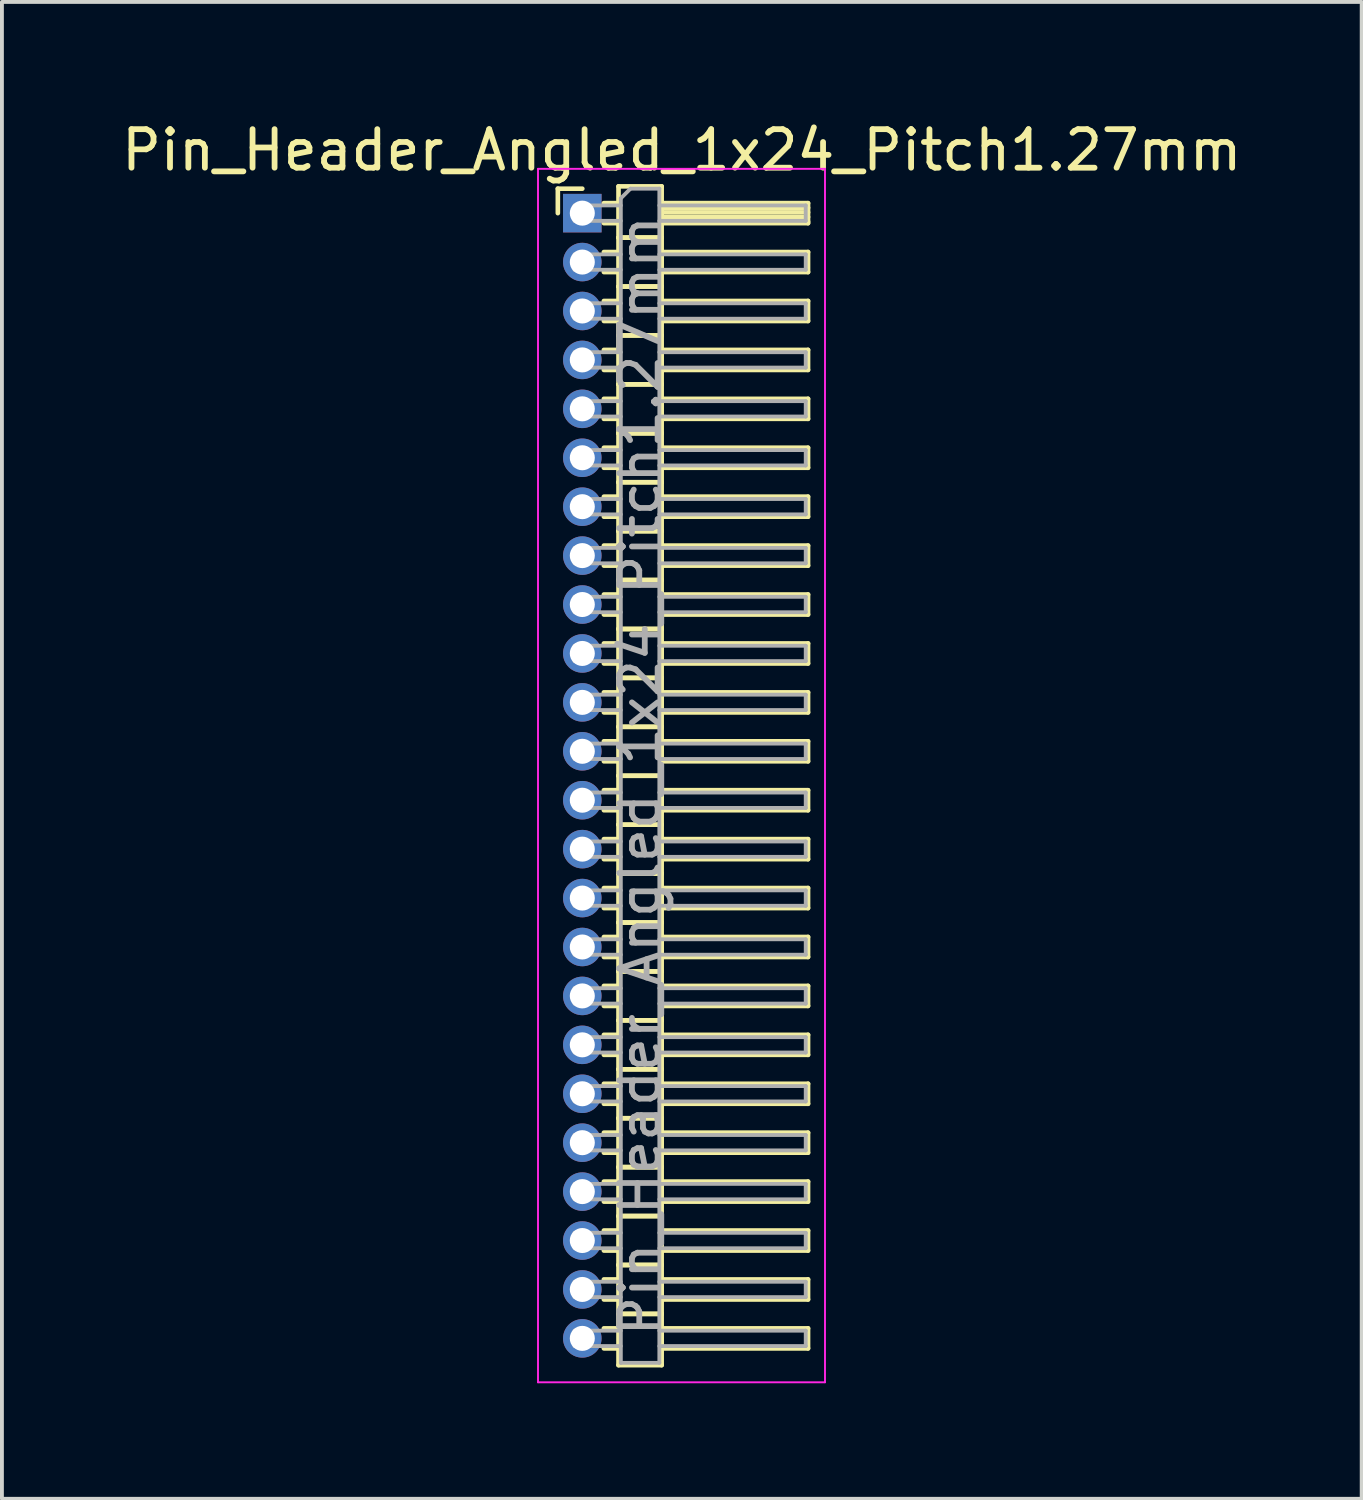
<source format=kicad_pcb>
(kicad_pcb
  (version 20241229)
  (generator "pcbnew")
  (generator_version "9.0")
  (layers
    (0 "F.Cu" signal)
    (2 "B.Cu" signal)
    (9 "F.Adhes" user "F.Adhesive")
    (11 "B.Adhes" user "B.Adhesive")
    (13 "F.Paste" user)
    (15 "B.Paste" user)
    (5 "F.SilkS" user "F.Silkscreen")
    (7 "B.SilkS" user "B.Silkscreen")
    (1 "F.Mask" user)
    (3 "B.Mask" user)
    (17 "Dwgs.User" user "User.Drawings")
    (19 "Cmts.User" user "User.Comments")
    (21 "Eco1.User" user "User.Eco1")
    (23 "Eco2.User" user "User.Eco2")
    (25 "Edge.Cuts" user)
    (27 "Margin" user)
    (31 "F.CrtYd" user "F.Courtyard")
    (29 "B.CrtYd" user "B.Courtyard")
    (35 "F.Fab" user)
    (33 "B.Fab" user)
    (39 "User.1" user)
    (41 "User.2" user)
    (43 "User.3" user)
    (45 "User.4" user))
  (footprint "Pin_Header_Angled_1x24_Pitch1.27mm"
    (layer "F.Cu")
    (at 12.066 2.483)
    (property "Reference" "Pin_Header_Angled_1x24_Pitch1.27mm" (at 2.583 -1.635 0) (layer "F.SilkS") (effects (font (size 1 1) (thickness 0.15))))
    (attr through_hole)
    (fp_line (start -0.635 -0.635) (end 0 -0.635) (stroke (width 0.12) (type solid)) (layer "F.SilkS"))
    (fp_line (start -0.635 0) (end -0.635 -0.635) (stroke (width 0.12) (type solid)) (layer "F.SilkS"))
    (fp_line (start 0.56 -0.26) (end 0.94 -0.26) (stroke (width 0.12) (type solid)) (layer "F.SilkS"))
    (fp_line (start 0.56 0.26) (end 0.94 0.26) (stroke (width 0.12) (type solid)) (layer "F.SilkS"))
    (fp_line (start 0.56 1.01) (end 0.94 1.01) (stroke (width 0.12) (type solid)) (layer "F.SilkS"))
    (fp_line (start 0.56 1.53) (end 0.94 1.53) (stroke (width 0.12) (type solid)) (layer "F.SilkS"))
    (fp_line (start 0.56 2.28) (end 0.94 2.28) (stroke (width 0.12) (type solid)) (layer "F.SilkS"))
    (fp_line (start 0.56 2.8) (end 0.94 2.8) (stroke (width 0.12) (type solid)) (layer "F.SilkS"))
    (fp_line (start 0.56 3.55) (end 0.94 3.55) (stroke (width 0.12) (type solid)) (layer "F.SilkS"))
    (fp_line (start 0.56 4.07) (end 0.94 4.07) (stroke (width 0.12) (type solid)) (layer "F.SilkS"))
    (fp_line (start 0.56 4.82) (end 0.94 4.82) (stroke (width 0.12) (type solid)) (layer "F.SilkS"))
    (fp_line (start 0.56 5.34) (end 0.94 5.34) (stroke (width 0.12) (type solid)) (layer "F.SilkS"))
    (fp_line (start 0.56 6.09) (end 0.94 6.09) (stroke (width 0.12) (type solid)) (layer "F.SilkS"))
    (fp_line (start 0.56 6.61) (end 0.94 6.61) (stroke (width 0.12) (type solid)) (layer "F.SilkS"))
    (fp_line (start 0.56 7.36) (end 0.94 7.36) (stroke (width 0.12) (type solid)) (layer "F.SilkS"))
    (fp_line (start 0.56 7.88) (end 0.94 7.88) (stroke (width 0.12) (type solid)) (layer "F.SilkS"))
    (fp_line (start 0.56 8.63) (end 0.94 8.63) (stroke (width 0.12) (type solid)) (layer "F.SilkS"))
    (fp_line (start 0.56 9.15) (end 0.94 9.15) (stroke (width 0.12) (type solid)) (layer "F.SilkS"))
    (fp_line (start 0.56 9.9) (end 0.94 9.9) (stroke (width 0.12) (type solid)) (layer "F.SilkS"))
    (fp_line (start 0.56 10.42) (end 0.94 10.42) (stroke (width 0.12) (type solid)) (layer "F.SilkS"))
    (fp_line (start 0.56 11.17) (end 0.94 11.17) (stroke (width 0.12) (type solid)) (layer "F.SilkS"))
    (fp_line (start 0.56 11.69) (end 0.94 11.69) (stroke (width 0.12) (type solid)) (layer "F.SilkS"))
    (fp_line (start 0.56 12.44) (end 0.94 12.44) (stroke (width 0.12) (type solid)) (layer "F.SilkS"))
    (fp_line (start 0.56 12.96) (end 0.94 12.96) (stroke (width 0.12) (type solid)) (layer "F.SilkS"))
    (fp_line (start 0.56 13.71) (end 0.94 13.71) (stroke (width 0.12) (type solid)) (layer "F.SilkS"))
    (fp_line (start 0.56 14.23) (end 0.94 14.23) (stroke (width 0.12) (type solid)) (layer "F.SilkS"))
    (fp_line (start 0.56 14.98) (end 0.94 14.98) (stroke (width 0.12) (type solid)) (layer "F.SilkS"))
    (fp_line (start 0.56 15.5) (end 0.94 15.5) (stroke (width 0.12) (type solid)) (layer "F.SilkS"))
    (fp_line (start 0.56 16.25) (end 0.94 16.25) (stroke (width 0.12) (type solid)) (layer "F.SilkS"))
    (fp_line (start 0.56 16.77) (end 0.94 16.77) (stroke (width 0.12) (type solid)) (layer "F.SilkS"))
    (fp_line (start 0.56 17.52) (end 0.94 17.52) (stroke (width 0.12) (type solid)) (layer "F.SilkS"))
    (fp_line (start 0.56 18.04) (end 0.94 18.04) (stroke (width 0.12) (type solid)) (layer "F.SilkS"))
    (fp_line (start 0.56 18.79) (end 0.94 18.79) (stroke (width 0.12) (type solid)) (layer "F.SilkS"))
    (fp_line (start 0.56 19.31) (end 0.94 19.31) (stroke (width 0.12) (type solid)) (layer "F.SilkS"))
    (fp_line (start 0.56 20.06) (end 0.94 20.06) (stroke (width 0.12) (type solid)) (layer "F.SilkS"))
    (fp_line (start 0.56 20.58) (end 0.94 20.58) (stroke (width 0.12) (type solid)) (layer "F.SilkS"))
    (fp_line (start 0.56 21.33) (end 0.94 21.33) (stroke (width 0.12) (type solid)) (layer "F.SilkS"))
    (fp_line (start 0.56 21.85) (end 0.94 21.85) (stroke (width 0.12) (type solid)) (layer "F.SilkS"))
    (fp_line (start 0.56 22.6) (end 0.94 22.6) (stroke (width 0.12) (type solid)) (layer "F.SilkS"))
    (fp_line (start 0.56 23.12) (end 0.94 23.12) (stroke (width 0.12) (type solid)) (layer "F.SilkS"))
    (fp_line (start 0.56 23.87) (end 0.94 23.87) (stroke (width 0.12) (type solid)) (layer "F.SilkS"))
    (fp_line (start 0.56 24.39) (end 0.94 24.39) (stroke (width 0.12) (type solid)) (layer "F.SilkS"))
    (fp_line (start 0.56 25.14) (end 0.94 25.14) (stroke (width 0.12) (type solid)) (layer "F.SilkS"))
    (fp_line (start 0.56 25.66) (end 0.94 25.66) (stroke (width 0.12) (type solid)) (layer "F.SilkS"))
    (fp_line (start 0.56 26.41) (end 0.94 26.41) (stroke (width 0.12) (type solid)) (layer "F.SilkS"))
    (fp_line (start 0.56 26.93) (end 0.94 26.93) (stroke (width 0.12) (type solid)) (layer "F.SilkS"))
    (fp_line (start 0.56 27.68) (end 0.94 27.68) (stroke (width 0.12) (type solid)) (layer "F.SilkS"))
    (fp_line (start 0.56 28.2) (end 0.94 28.2) (stroke (width 0.12) (type solid)) (layer "F.SilkS"))
    (fp_line (start 0.56 28.95) (end 0.94 28.95) (stroke (width 0.12) (type solid)) (layer "F.SilkS"))
    (fp_line (start 0.56 29.47) (end 0.94 29.47) (stroke (width 0.12) (type solid)) (layer "F.SilkS"))
    (fp_line (start 0.94 -0.695) (end 0.94 0.635) (stroke (width 0.12) (type solid)) (layer "F.SilkS"))
    (fp_line (start 0.94 0.635) (end 0.94 1.905) (stroke (width 0.12) (type solid)) (layer "F.SilkS"))
    (fp_line (start 0.94 0.635) (end 2.06 0.635) (stroke (width 0.12) (type solid)) (layer "F.SilkS"))
    (fp_line (start 0.94 1.905) (end 0.94 3.175) (stroke (width 0.12) (type solid)) (layer "F.SilkS"))
    (fp_line (start 0.94 1.905) (end 2.06 1.905) (stroke (width 0.12) (type solid)) (layer "F.SilkS"))
    (fp_line (start 0.94 3.175) (end 0.94 4.445) (stroke (width 0.12) (type solid)) (layer "F.SilkS"))
    (fp_line (start 0.94 3.175) (end 2.06 3.175) (stroke (width 0.12) (type solid)) (layer "F.SilkS"))
    (fp_line (start 0.94 4.445) (end 0.94 5.715) (stroke (width 0.12) (type solid)) (layer "F.SilkS"))
    (fp_line (start 0.94 4.445) (end 2.06 4.445) (stroke (width 0.12) (type solid)) (layer "F.SilkS"))
    (fp_line (start 0.94 5.715) (end 0.94 6.985) (stroke (width 0.12) (type solid)) (layer "F.SilkS"))
    (fp_line (start 0.94 5.715) (end 2.06 5.715) (stroke (width 0.12) (type solid)) (layer "F.SilkS"))
    (fp_line (start 0.94 6.985) (end 0.94 8.255) (stroke (width 0.12) (type solid)) (layer "F.SilkS"))
    (fp_line (start 0.94 6.985) (end 2.06 6.985) (stroke (width 0.12) (type solid)) (layer "F.SilkS"))
    (fp_line (start 0.94 8.255) (end 0.94 9.525) (stroke (width 0.12) (type solid)) (layer "F.SilkS"))
    (fp_line (start 0.94 8.255) (end 2.06 8.255) (stroke (width 0.12) (type solid)) (layer "F.SilkS"))
    (fp_line (start 0.94 9.525) (end 0.94 10.795) (stroke (width 0.12) (type solid)) (layer "F.SilkS"))
    (fp_line (start 0.94 9.525) (end 2.06 9.525) (stroke (width 0.12) (type solid)) (layer "F.SilkS"))
    (fp_line (start 0.94 10.795) (end 0.94 12.065) (stroke (width 0.12) (type solid)) (layer "F.SilkS"))
    (fp_line (start 0.94 10.795) (end 2.06 10.795) (stroke (width 0.12) (type solid)) (layer "F.SilkS"))
    (fp_line (start 0.94 12.065) (end 0.94 13.335) (stroke (width 0.12) (type solid)) (layer "F.SilkS"))
    (fp_line (start 0.94 12.065) (end 2.06 12.065) (stroke (width 0.12) (type solid)) (layer "F.SilkS"))
    (fp_line (start 0.94 13.335) (end 0.94 14.605) (stroke (width 0.12) (type solid)) (layer "F.SilkS"))
    (fp_line (start 0.94 13.335) (end 2.06 13.335) (stroke (width 0.12) (type solid)) (layer "F.SilkS"))
    (fp_line (start 0.94 14.605) (end 0.94 15.875) (stroke (width 0.12) (type solid)) (layer "F.SilkS"))
    (fp_line (start 0.94 14.605) (end 2.06 14.605) (stroke (width 0.12) (type solid)) (layer "F.SilkS"))
    (fp_line (start 0.94 15.875) (end 0.94 17.145) (stroke (width 0.12) (type solid)) (layer "F.SilkS"))
    (fp_line (start 0.94 15.875) (end 2.06 15.875) (stroke (width 0.12) (type solid)) (layer "F.SilkS"))
    (fp_line (start 0.94 17.145) (end 0.94 18.415) (stroke (width 0.12) (type solid)) (layer "F.SilkS"))
    (fp_line (start 0.94 17.145) (end 2.06 17.145) (stroke (width 0.12) (type solid)) (layer "F.SilkS"))
    (fp_line (start 0.94 18.415) (end 0.94 19.685) (stroke (width 0.12) (type solid)) (layer "F.SilkS"))
    (fp_line (start 0.94 18.415) (end 2.06 18.415) (stroke (width 0.12) (type solid)) (layer "F.SilkS"))
    (fp_line (start 0.94 19.685) (end 0.94 20.955) (stroke (width 0.12) (type solid)) (layer "F.SilkS"))
    (fp_line (start 0.94 19.685) (end 2.06 19.685) (stroke (width 0.12) (type solid)) (layer "F.SilkS"))
    (fp_line (start 0.94 20.955) (end 0.94 22.225) (stroke (width 0.12) (type solid)) (layer "F.SilkS"))
    (fp_line (start 0.94 20.955) (end 2.06 20.955) (stroke (width 0.12) (type solid)) (layer "F.SilkS"))
    (fp_line (start 0.94 22.225) (end 0.94 23.495) (stroke (width 0.12) (type solid)) (layer "F.SilkS"))
    (fp_line (start 0.94 22.225) (end 2.06 22.225) (stroke (width 0.12) (type solid)) (layer "F.SilkS"))
    (fp_line (start 0.94 23.495) (end 0.94 24.765) (stroke (width 0.12) (type solid)) (layer "F.SilkS"))
    (fp_line (start 0.94 23.495) (end 2.06 23.495) (stroke (width 0.12) (type solid)) (layer "F.SilkS"))
    (fp_line (start 0.94 24.765) (end 0.94 26.035) (stroke (width 0.12) (type solid)) (layer "F.SilkS"))
    (fp_line (start 0.94 24.765) (end 2.06 24.765) (stroke (width 0.12) (type solid)) (layer "F.SilkS"))
    (fp_line (start 0.94 26.035) (end 0.94 27.305) (stroke (width 0.12) (type solid)) (layer "F.SilkS"))
    (fp_line (start 0.94 26.035) (end 2.06 26.035) (stroke (width 0.12) (type solid)) (layer "F.SilkS"))
    (fp_line (start 0.94 27.305) (end 0.94 28.575) (stroke (width 0.12) (type solid)) (layer "F.SilkS"))
    (fp_line (start 0.94 27.305) (end 2.06 27.305) (stroke (width 0.12) (type solid)) (layer "F.SilkS"))
    (fp_line (start 0.94 28.575) (end 0.94 29.905) (stroke (width 0.12) (type solid)) (layer "F.SilkS"))
    (fp_line (start 0.94 28.575) (end 2.06 28.575) (stroke (width 0.12) (type solid)) (layer "F.SilkS"))
    (fp_line (start 0.94 29.905) (end 2.06 29.905) (stroke (width 0.12) (type solid)) (layer "F.SilkS"))
    (fp_line (start 2.06 -0.695) (end 0.94 -0.695) (stroke (width 0.12) (type solid)) (layer "F.SilkS"))
    (fp_line (start 2.06 -0.26) (end 2.06 0.26) (stroke (width 0.12) (type solid)) (layer "F.SilkS"))
    (fp_line (start 2.06 -0.14) (end 5.86 -0.14) (stroke (width 0.12) (type solid)) (layer "F.SilkS"))
    (fp_line (start 2.06 -0.02) (end 5.86 -0.02) (stroke (width 0.12) (type solid)) (layer "F.SilkS"))
    (fp_line (start 2.06 0.1) (end 5.86 0.1) (stroke (width 0.12) (type solid)) (layer "F.SilkS"))
    (fp_line (start 2.06 0.22) (end 5.86 0.22) (stroke (width 0.12) (type solid)) (layer "F.SilkS"))
    (fp_line (start 2.06 0.26) (end 5.86 0.26) (stroke (width 0.12) (type solid)) (layer "F.SilkS"))
    (fp_line (start 2.06 0.635) (end 0.94 0.635) (stroke (width 0.12) (type solid)) (layer "F.SilkS"))
    (fp_line (start 2.06 0.635) (end 2.06 -0.695) (stroke (width 0.12) (type solid)) (layer "F.SilkS"))
    (fp_line (start 2.06 1.01) (end 2.06 1.53) (stroke (width 0.12) (type solid)) (layer "F.SilkS"))
    (fp_line (start 2.06 1.53) (end 5.86 1.53) (stroke (width 0.12) (type solid)) (layer "F.SilkS"))
    (fp_line (start 2.06 1.905) (end 0.94 1.905) (stroke (width 0.12) (type solid)) (layer "F.SilkS"))
    (fp_line (start 2.06 1.905) (end 2.06 0.635) (stroke (width 0.12) (type solid)) (layer "F.SilkS"))
    (fp_line (start 2.06 2.28) (end 2.06 2.8) (stroke (width 0.12) (type solid)) (layer "F.SilkS"))
    (fp_line (start 2.06 2.8) (end 5.86 2.8) (stroke (width 0.12) (type solid)) (layer "F.SilkS"))
    (fp_line (start 2.06 3.175) (end 0.94 3.175) (stroke (width 0.12) (type solid)) (layer "F.SilkS"))
    (fp_line (start 2.06 3.175) (end 2.06 1.905) (stroke (width 0.12) (type solid)) (layer "F.SilkS"))
    (fp_line (start 2.06 3.55) (end 2.06 4.07) (stroke (width 0.12) (type solid)) (layer "F.SilkS"))
    (fp_line (start 2.06 4.07) (end 5.86 4.07) (stroke (width 0.12) (type solid)) (layer "F.SilkS"))
    (fp_line (start 2.06 4.445) (end 0.94 4.445) (stroke (width 0.12) (type solid)) (layer "F.SilkS"))
    (fp_line (start 2.06 4.445) (end 2.06 3.175) (stroke (width 0.12) (type solid)) (layer "F.SilkS"))
    (fp_line (start 2.06 4.82) (end 2.06 5.34) (stroke (width 0.12) (type solid)) (layer "F.SilkS"))
    (fp_line (start 2.06 5.34) (end 5.86 5.34) (stroke (width 0.12) (type solid)) (layer "F.SilkS"))
    (fp_line (start 2.06 5.715) (end 0.94 5.715) (stroke (width 0.12) (type solid)) (layer "F.SilkS"))
    (fp_line (start 2.06 5.715) (end 2.06 4.445) (stroke (width 0.12) (type solid)) (layer "F.SilkS"))
    (fp_line (start 2.06 6.09) (end 2.06 6.61) (stroke (width 0.12) (type solid)) (layer "F.SilkS"))
    (fp_line (start 2.06 6.61) (end 5.86 6.61) (stroke (width 0.12) (type solid)) (layer "F.SilkS"))
    (fp_line (start 2.06 6.985) (end 0.94 6.985) (stroke (width 0.12) (type solid)) (layer "F.SilkS"))
    (fp_line (start 2.06 6.985) (end 2.06 5.715) (stroke (width 0.12) (type solid)) (layer "F.SilkS"))
    (fp_line (start 2.06 7.36) (end 2.06 7.88) (stroke (width 0.12) (type solid)) (layer "F.SilkS"))
    (fp_line (start 2.06 7.88) (end 5.86 7.88) (stroke (width 0.12) (type solid)) (layer "F.SilkS"))
    (fp_line (start 2.06 8.255) (end 0.94 8.255) (stroke (width 0.12) (type solid)) (layer "F.SilkS"))
    (fp_line (start 2.06 8.255) (end 2.06 6.985) (stroke (width 0.12) (type solid)) (layer "F.SilkS"))
    (fp_line (start 2.06 8.63) (end 2.06 9.15) (stroke (width 0.12) (type solid)) (layer "F.SilkS"))
    (fp_line (start 2.06 9.15) (end 5.86 9.15) (stroke (width 0.12) (type solid)) (layer "F.SilkS"))
    (fp_line (start 2.06 9.525) (end 0.94 9.525) (stroke (width 0.12) (type solid)) (layer "F.SilkS"))
    (fp_line (start 2.06 9.525) (end 2.06 8.255) (stroke (width 0.12) (type solid)) (layer "F.SilkS"))
    (fp_line (start 2.06 9.9) (end 2.06 10.42) (stroke (width 0.12) (type solid)) (layer "F.SilkS"))
    (fp_line (start 2.06 10.42) (end 5.86 10.42) (stroke (width 0.12) (type solid)) (layer "F.SilkS"))
    (fp_line (start 2.06 10.795) (end 0.94 10.795) (stroke (width 0.12) (type solid)) (layer "F.SilkS"))
    (fp_line (start 2.06 10.795) (end 2.06 9.525) (stroke (width 0.12) (type solid)) (layer "F.SilkS"))
    (fp_line (start 2.06 11.17) (end 2.06 11.69) (stroke (width 0.12) (type solid)) (layer "F.SilkS"))
    (fp_line (start 2.06 11.69) (end 5.86 11.69) (stroke (width 0.12) (type solid)) (layer "F.SilkS"))
    (fp_line (start 2.06 12.065) (end 0.94 12.065) (stroke (width 0.12) (type solid)) (layer "F.SilkS"))
    (fp_line (start 2.06 12.065) (end 2.06 10.795) (stroke (width 0.12) (type solid)) (layer "F.SilkS"))
    (fp_line (start 2.06 12.44) (end 2.06 12.96) (stroke (width 0.12) (type solid)) (layer "F.SilkS"))
    (fp_line (start 2.06 12.96) (end 5.86 12.96) (stroke (width 0.12) (type solid)) (layer "F.SilkS"))
    (fp_line (start 2.06 13.335) (end 0.94 13.335) (stroke (width 0.12) (type solid)) (layer "F.SilkS"))
    (fp_line (start 2.06 13.335) (end 2.06 12.065) (stroke (width 0.12) (type solid)) (layer "F.SilkS"))
    (fp_line (start 2.06 13.71) (end 2.06 14.23) (stroke (width 0.12) (type solid)) (layer "F.SilkS"))
    (fp_line (start 2.06 14.23) (end 5.86 14.23) (stroke (width 0.12) (type solid)) (layer "F.SilkS"))
    (fp_line (start 2.06 14.605) (end 0.94 14.605) (stroke (width 0.12) (type solid)) (layer "F.SilkS"))
    (fp_line (start 2.06 14.605) (end 2.06 13.335) (stroke (width 0.12) (type solid)) (layer "F.SilkS"))
    (fp_line (start 2.06 14.98) (end 2.06 15.5) (stroke (width 0.12) (type solid)) (layer "F.SilkS"))
    (fp_line (start 2.06 15.5) (end 5.86 15.5) (stroke (width 0.12) (type solid)) (layer "F.SilkS"))
    (fp_line (start 2.06 15.875) (end 0.94 15.875) (stroke (width 0.12) (type solid)) (layer "F.SilkS"))
    (fp_line (start 2.06 15.875) (end 2.06 14.605) (stroke (width 0.12) (type solid)) (layer "F.SilkS"))
    (fp_line (start 2.06 16.25) (end 2.06 16.77) (stroke (width 0.12) (type solid)) (layer "F.SilkS"))
    (fp_line (start 2.06 16.77) (end 5.86 16.77) (stroke (width 0.12) (type solid)) (layer "F.SilkS"))
    (fp_line (start 2.06 17.145) (end 0.94 17.145) (stroke (width 0.12) (type solid)) (layer "F.SilkS"))
    (fp_line (start 2.06 17.145) (end 2.06 15.875) (stroke (width 0.12) (type solid)) (layer "F.SilkS"))
    (fp_line (start 2.06 17.52) (end 2.06 18.04) (stroke (width 0.12) (type solid)) (layer "F.SilkS"))
    (fp_line (start 2.06 18.04) (end 5.86 18.04) (stroke (width 0.12) (type solid)) (layer "F.SilkS"))
    (fp_line (start 2.06 18.415) (end 0.94 18.415) (stroke (width 0.12) (type solid)) (layer "F.SilkS"))
    (fp_line (start 2.06 18.415) (end 2.06 17.145) (stroke (width 0.12) (type solid)) (layer "F.SilkS"))
    (fp_line (start 2.06 18.79) (end 2.06 19.31) (stroke (width 0.12) (type solid)) (layer "F.SilkS"))
    (fp_line (start 2.06 19.31) (end 5.86 19.31) (stroke (width 0.12) (type solid)) (layer "F.SilkS"))
    (fp_line (start 2.06 19.685) (end 0.94 19.685) (stroke (width 0.12) (type solid)) (layer "F.SilkS"))
    (fp_line (start 2.06 19.685) (end 2.06 18.415) (stroke (width 0.12) (type solid)) (layer "F.SilkS"))
    (fp_line (start 2.06 20.06) (end 2.06 20.58) (stroke (width 0.12) (type solid)) (layer "F.SilkS"))
    (fp_line (start 2.06 20.58) (end 5.86 20.58) (stroke (width 0.12) (type solid)) (layer "F.SilkS"))
    (fp_line (start 2.06 20.955) (end 0.94 20.955) (stroke (width 0.12) (type solid)) (layer "F.SilkS"))
    (fp_line (start 2.06 20.955) (end 2.06 19.685) (stroke (width 0.12) (type solid)) (layer "F.SilkS"))
    (fp_line (start 2.06 21.33) (end 2.06 21.85) (stroke (width 0.12) (type solid)) (layer "F.SilkS"))
    (fp_line (start 2.06 21.85) (end 5.86 21.85) (stroke (width 0.12) (type solid)) (layer "F.SilkS"))
    (fp_line (start 2.06 22.225) (end 0.94 22.225) (stroke (width 0.12) (type solid)) (layer "F.SilkS"))
    (fp_line (start 2.06 22.225) (end 2.06 20.955) (stroke (width 0.12) (type solid)) (layer "F.SilkS"))
    (fp_line (start 2.06 22.6) (end 2.06 23.12) (stroke (width 0.12) (type solid)) (layer "F.SilkS"))
    (fp_line (start 2.06 23.12) (end 5.86 23.12) (stroke (width 0.12) (type solid)) (layer "F.SilkS"))
    (fp_line (start 2.06 23.495) (end 0.94 23.495) (stroke (width 0.12) (type solid)) (layer "F.SilkS"))
    (fp_line (start 2.06 23.495) (end 2.06 22.225) (stroke (width 0.12) (type solid)) (layer "F.SilkS"))
    (fp_line (start 2.06 23.87) (end 2.06 24.39) (stroke (width 0.12) (type solid)) (layer "F.SilkS"))
    (fp_line (start 2.06 24.39) (end 5.86 24.39) (stroke (width 0.12) (type solid)) (layer "F.SilkS"))
    (fp_line (start 2.06 24.765) (end 0.94 24.765) (stroke (width 0.12) (type solid)) (layer "F.SilkS"))
    (fp_line (start 2.06 24.765) (end 2.06 23.495) (stroke (width 0.12) (type solid)) (layer "F.SilkS"))
    (fp_line (start 2.06 25.14) (end 2.06 25.66) (stroke (width 0.12) (type solid)) (layer "F.SilkS"))
    (fp_line (start 2.06 25.66) (end 5.86 25.66) (stroke (width 0.12) (type solid)) (layer "F.SilkS"))
    (fp_line (start 2.06 26.035) (end 0.94 26.035) (stroke (width 0.12) (type solid)) (layer "F.SilkS"))
    (fp_line (start 2.06 26.035) (end 2.06 24.765) (stroke (width 0.12) (type solid)) (layer "F.SilkS"))
    (fp_line (start 2.06 26.41) (end 2.06 26.93) (stroke (width 0.12) (type solid)) (layer "F.SilkS"))
    (fp_line (start 2.06 26.93) (end 5.86 26.93) (stroke (width 0.12) (type solid)) (layer "F.SilkS"))
    (fp_line (start 2.06 27.305) (end 0.94 27.305) (stroke (width 0.12) (type solid)) (layer "F.SilkS"))
    (fp_line (start 2.06 27.305) (end 2.06 26.035) (stroke (width 0.12) (type solid)) (layer "F.SilkS"))
    (fp_line (start 2.06 27.68) (end 2.06 28.2) (stroke (width 0.12) (type solid)) (layer "F.SilkS"))
    (fp_line (start 2.06 28.2) (end 5.86 28.2) (stroke (width 0.12) (type solid)) (layer "F.SilkS"))
    (fp_line (start 2.06 28.575) (end 0.94 28.575) (stroke (width 0.12) (type solid)) (layer "F.SilkS"))
    (fp_line (start 2.06 28.575) (end 2.06 27.305) (stroke (width 0.12) (type solid)) (layer "F.SilkS"))
    (fp_line (start 2.06 28.95) (end 2.06 29.47) (stroke (width 0.12) (type solid)) (layer "F.SilkS"))
    (fp_line (start 2.06 29.47) (end 5.86 29.47) (stroke (width 0.12) (type solid)) (layer "F.SilkS"))
    (fp_line (start 2.06 29.905) (end 2.06 28.575) (stroke (width 0.12) (type solid)) (layer "F.SilkS"))
    (fp_line (start 5.86 -0.26) (end 2.06 -0.26) (stroke (width 0.12) (type solid)) (layer "F.SilkS"))
    (fp_line (start 5.86 0.26) (end 5.86 -0.26) (stroke (width 0.12) (type solid)) (layer "F.SilkS"))
    (fp_line (start 5.86 1.01) (end 2.06 1.01) (stroke (width 0.12) (type solid)) (layer "F.SilkS"))
    (fp_line (start 5.86 1.53) (end 5.86 1.01) (stroke (width 0.12) (type solid)) (layer "F.SilkS"))
    (fp_line (start 5.86 2.28) (end 2.06 2.28) (stroke (width 0.12) (type solid)) (layer "F.SilkS"))
    (fp_line (start 5.86 2.8) (end 5.86 2.28) (stroke (width 0.12) (type solid)) (layer "F.SilkS"))
    (fp_line (start 5.86 3.55) (end 2.06 3.55) (stroke (width 0.12) (type solid)) (layer "F.SilkS"))
    (fp_line (start 5.86 4.07) (end 5.86 3.55) (stroke (width 0.12) (type solid)) (layer "F.SilkS"))
    (fp_line (start 5.86 4.82) (end 2.06 4.82) (stroke (width 0.12) (type solid)) (layer "F.SilkS"))
    (fp_line (start 5.86 5.34) (end 5.86 4.82) (stroke (width 0.12) (type solid)) (layer "F.SilkS"))
    (fp_line (start 5.86 6.09) (end 2.06 6.09) (stroke (width 0.12) (type solid)) (layer "F.SilkS"))
    (fp_line (start 5.86 6.61) (end 5.86 6.09) (stroke (width 0.12) (type solid)) (layer "F.SilkS"))
    (fp_line (start 5.86 7.36) (end 2.06 7.36) (stroke (width 0.12) (type solid)) (layer "F.SilkS"))
    (fp_line (start 5.86 7.88) (end 5.86 7.36) (stroke (width 0.12) (type solid)) (layer "F.SilkS"))
    (fp_line (start 5.86 8.63) (end 2.06 8.63) (stroke (width 0.12) (type solid)) (layer "F.SilkS"))
    (fp_line (start 5.86 9.15) (end 5.86 8.63) (stroke (width 0.12) (type solid)) (layer "F.SilkS"))
    (fp_line (start 5.86 9.9) (end 2.06 9.9) (stroke (width 0.12) (type solid)) (layer "F.SilkS"))
    (fp_line (start 5.86 10.42) (end 5.86 9.9) (stroke (width 0.12) (type solid)) (layer "F.SilkS"))
    (fp_line (start 5.86 11.17) (end 2.06 11.17) (stroke (width 0.12) (type solid)) (layer "F.SilkS"))
    (fp_line (start 5.86 11.69) (end 5.86 11.17) (stroke (width 0.12) (type solid)) (layer "F.SilkS"))
    (fp_line (start 5.86 12.44) (end 2.06 12.44) (stroke (width 0.12) (type solid)) (layer "F.SilkS"))
    (fp_line (start 5.86 12.96) (end 5.86 12.44) (stroke (width 0.12) (type solid)) (layer "F.SilkS"))
    (fp_line (start 5.86 13.71) (end 2.06 13.71) (stroke (width 0.12) (type solid)) (layer "F.SilkS"))
    (fp_line (start 5.86 14.23) (end 5.86 13.71) (stroke (width 0.12) (type solid)) (layer "F.SilkS"))
    (fp_line (start 5.86 14.98) (end 2.06 14.98) (stroke (width 0.12) (type solid)) (layer "F.SilkS"))
    (fp_line (start 5.86 15.5) (end 5.86 14.98) (stroke (width 0.12) (type solid)) (layer "F.SilkS"))
    (fp_line (start 5.86 16.25) (end 2.06 16.25) (stroke (width 0.12) (type solid)) (layer "F.SilkS"))
    (fp_line (start 5.86 16.77) (end 5.86 16.25) (stroke (width 0.12) (type solid)) (layer "F.SilkS"))
    (fp_line (start 5.86 17.52) (end 2.06 17.52) (stroke (width 0.12) (type solid)) (layer "F.SilkS"))
    (fp_line (start 5.86 18.04) (end 5.86 17.52) (stroke (width 0.12) (type solid)) (layer "F.SilkS"))
    (fp_line (start 5.86 18.79) (end 2.06 18.79) (stroke (width 0.12) (type solid)) (layer "F.SilkS"))
    (fp_line (start 5.86 19.31) (end 5.86 18.79) (stroke (width 0.12) (type solid)) (layer "F.SilkS"))
    (fp_line (start 5.86 20.06) (end 2.06 20.06) (stroke (width 0.12) (type solid)) (layer "F.SilkS"))
    (fp_line (start 5.86 20.58) (end 5.86 20.06) (stroke (width 0.12) (type solid)) (layer "F.SilkS"))
    (fp_line (start 5.86 21.33) (end 2.06 21.33) (stroke (width 0.12) (type solid)) (layer "F.SilkS"))
    (fp_line (start 5.86 21.85) (end 5.86 21.33) (stroke (width 0.12) (type solid)) (layer "F.SilkS"))
    (fp_line (start 5.86 22.6) (end 2.06 22.6) (stroke (width 0.12) (type solid)) (layer "F.SilkS"))
    (fp_line (start 5.86 23.12) (end 5.86 22.6) (stroke (width 0.12) (type solid)) (layer "F.SilkS"))
    (fp_line (start 5.86 23.87) (end 2.06 23.87) (stroke (width 0.12) (type solid)) (layer "F.SilkS"))
    (fp_line (start 5.86 24.39) (end 5.86 23.87) (stroke (width 0.12) (type solid)) (layer "F.SilkS"))
    (fp_line (start 5.86 25.14) (end 2.06 25.14) (stroke (width 0.12) (type solid)) (layer "F.SilkS"))
    (fp_line (start 5.86 25.66) (end 5.86 25.14) (stroke (width 0.12) (type solid)) (layer "F.SilkS"))
    (fp_line (start 5.86 26.41) (end 2.06 26.41) (stroke (width 0.12) (type solid)) (layer "F.SilkS"))
    (fp_line (start 5.86 26.93) (end 5.86 26.41) (stroke (width 0.12) (type solid)) (layer "F.SilkS"))
    (fp_line (start 5.86 27.68) (end 2.06 27.68) (stroke (width 0.12) (type solid)) (layer "F.SilkS"))
    (fp_line (start 5.86 28.2) (end 5.86 27.68) (stroke (width 0.12) (type solid)) (layer "F.SilkS"))
    (fp_line (start 5.86 28.95) (end 2.06 28.95) (stroke (width 0.12) (type solid)) (layer "F.SilkS"))
    (fp_line (start 5.86 29.47) (end 5.86 28.95) (stroke (width 0.12) (type solid)) (layer "F.SilkS"))
    (fp_line (start -1.15 -1.15) (end -1.15 30.35) (stroke (width 0.05) (type solid)) (layer "F.CrtYd"))
    (fp_line (start -1.15 30.35) (end 6.3 30.35) (stroke (width 0.05) (type solid)) (layer "F.CrtYd"))
    (fp_line (start 6.3 -1.15) (end -1.15 -1.15) (stroke (width 0.05) (type solid)) (layer "F.CrtYd"))
    (fp_line (start 6.3 30.35) (end 6.3 -1.15) (stroke (width 0.05) (type solid)) (layer "F.CrtYd"))
    (fp_line (start -0.2 -0.2) (end -0.2 0.2) (stroke (width 0.1) (type solid)) (layer "F.Fab"))
    (fp_line (start -0.2 -0.2) (end 1 -0.2) (stroke (width 0.1) (type solid)) (layer "F.Fab"))
    (fp_line (start -0.2 0.2) (end 1 0.2) (stroke (width 0.1) (type solid)) (layer "F.Fab"))
    (fp_line (start -0.2 1.07) (end -0.2 1.47) (stroke (width 0.1) (type solid)) (layer "F.Fab"))
    (fp_line (start -0.2 1.07) (end 1 1.07) (stroke (width 0.1) (type solid)) (layer "F.Fab"))
    (fp_line (start -0.2 1.47) (end 1 1.47) (stroke (width 0.1) (type solid)) (layer "F.Fab"))
    (fp_line (start -0.2 2.34) (end -0.2 2.74) (stroke (width 0.1) (type solid)) (layer "F.Fab"))
    (fp_line (start -0.2 2.34) (end 1 2.34) (stroke (width 0.1) (type solid)) (layer "F.Fab"))
    (fp_line (start -0.2 2.74) (end 1 2.74) (stroke (width 0.1) (type solid)) (layer "F.Fab"))
    (fp_line (start -0.2 3.61) (end -0.2 4.01) (stroke (width 0.1) (type solid)) (layer "F.Fab"))
    (fp_line (start -0.2 3.61) (end 1 3.61) (stroke (width 0.1) (type solid)) (layer "F.Fab"))
    (fp_line (start -0.2 4.01) (end 1 4.01) (stroke (width 0.1) (type solid)) (layer "F.Fab"))
    (fp_line (start -0.2 4.88) (end -0.2 5.28) (stroke (width 0.1) (type solid)) (layer "F.Fab"))
    (fp_line (start -0.2 4.88) (end 1 4.88) (stroke (width 0.1) (type solid)) (layer "F.Fab"))
    (fp_line (start -0.2 5.28) (end 1 5.28) (stroke (width 0.1) (type solid)) (layer "F.Fab"))
    (fp_line (start -0.2 6.15) (end -0.2 6.55) (stroke (width 0.1) (type solid)) (layer "F.Fab"))
    (fp_line (start -0.2 6.15) (end 1 6.15) (stroke (width 0.1) (type solid)) (layer "F.Fab"))
    (fp_line (start -0.2 6.55) (end 1 6.55) (stroke (width 0.1) (type solid)) (layer "F.Fab"))
    (fp_line (start -0.2 7.42) (end -0.2 7.82) (stroke (width 0.1) (type solid)) (layer "F.Fab"))
    (fp_line (start -0.2 7.42) (end 1 7.42) (stroke (width 0.1) (type solid)) (layer "F.Fab"))
    (fp_line (start -0.2 7.82) (end 1 7.82) (stroke (width 0.1) (type solid)) (layer "F.Fab"))
    (fp_line (start -0.2 8.69) (end -0.2 9.09) (stroke (width 0.1) (type solid)) (layer "F.Fab"))
    (fp_line (start -0.2 8.69) (end 1 8.69) (stroke (width 0.1) (type solid)) (layer "F.Fab"))
    (fp_line (start -0.2 9.09) (end 1 9.09) (stroke (width 0.1) (type solid)) (layer "F.Fab"))
    (fp_line (start -0.2 9.96) (end -0.2 10.36) (stroke (width 0.1) (type solid)) (layer "F.Fab"))
    (fp_line (start -0.2 9.96) (end 1 9.96) (stroke (width 0.1) (type solid)) (layer "F.Fab"))
    (fp_line (start -0.2 10.36) (end 1 10.36) (stroke (width 0.1) (type solid)) (layer "F.Fab"))
    (fp_line (start -0.2 11.23) (end -0.2 11.63) (stroke (width 0.1) (type solid)) (layer "F.Fab"))
    (fp_line (start -0.2 11.23) (end 1 11.23) (stroke (width 0.1) (type solid)) (layer "F.Fab"))
    (fp_line (start -0.2 11.63) (end 1 11.63) (stroke (width 0.1) (type solid)) (layer "F.Fab"))
    (fp_line (start -0.2 12.5) (end -0.2 12.9) (stroke (width 0.1) (type solid)) (layer "F.Fab"))
    (fp_line (start -0.2 12.5) (end 1 12.5) (stroke (width 0.1) (type solid)) (layer "F.Fab"))
    (fp_line (start -0.2 12.9) (end 1 12.9) (stroke (width 0.1) (type solid)) (layer "F.Fab"))
    (fp_line (start -0.2 13.77) (end -0.2 14.17) (stroke (width 0.1) (type solid)) (layer "F.Fab"))
    (fp_line (start -0.2 13.77) (end 1 13.77) (stroke (width 0.1) (type solid)) (layer "F.Fab"))
    (fp_line (start -0.2 14.17) (end 1 14.17) (stroke (width 0.1) (type solid)) (layer "F.Fab"))
    (fp_line (start -0.2 15.04) (end -0.2 15.44) (stroke (width 0.1) (type solid)) (layer "F.Fab"))
    (fp_line (start -0.2 15.04) (end 1 15.04) (stroke (width 0.1) (type solid)) (layer "F.Fab"))
    (fp_line (start -0.2 15.44) (end 1 15.44) (stroke (width 0.1) (type solid)) (layer "F.Fab"))
    (fp_line (start -0.2 16.31) (end -0.2 16.71) (stroke (width 0.1) (type solid)) (layer "F.Fab"))
    (fp_line (start -0.2 16.31) (end 1 16.31) (stroke (width 0.1) (type solid)) (layer "F.Fab"))
    (fp_line (start -0.2 16.71) (end 1 16.71) (stroke (width 0.1) (type solid)) (layer "F.Fab"))
    (fp_line (start -0.2 17.58) (end -0.2 17.98) (stroke (width 0.1) (type solid)) (layer "F.Fab"))
    (fp_line (start -0.2 17.58) (end 1 17.58) (stroke (width 0.1) (type solid)) (layer "F.Fab"))
    (fp_line (start -0.2 17.98) (end 1 17.98) (stroke (width 0.1) (type solid)) (layer "F.Fab"))
    (fp_line (start -0.2 18.85) (end -0.2 19.25) (stroke (width 0.1) (type solid)) (layer "F.Fab"))
    (fp_line (start -0.2 18.85) (end 1 18.85) (stroke (width 0.1) (type solid)) (layer "F.Fab"))
    (fp_line (start -0.2 19.25) (end 1 19.25) (stroke (width 0.1) (type solid)) (layer "F.Fab"))
    (fp_line (start -0.2 20.12) (end -0.2 20.52) (stroke (width 0.1) (type solid)) (layer "F.Fab"))
    (fp_line (start -0.2 20.12) (end 1 20.12) (stroke (width 0.1) (type solid)) (layer "F.Fab"))
    (fp_line (start -0.2 20.52) (end 1 20.52) (stroke (width 0.1) (type solid)) (layer "F.Fab"))
    (fp_line (start -0.2 21.39) (end -0.2 21.79) (stroke (width 0.1) (type solid)) (layer "F.Fab"))
    (fp_line (start -0.2 21.39) (end 1 21.39) (stroke (width 0.1) (type solid)) (layer "F.Fab"))
    (fp_line (start -0.2 21.79) (end 1 21.79) (stroke (width 0.1) (type solid)) (layer "F.Fab"))
    (fp_line (start -0.2 22.66) (end -0.2 23.06) (stroke (width 0.1) (type solid)) (layer "F.Fab"))
    (fp_line (start -0.2 22.66) (end 1 22.66) (stroke (width 0.1) (type solid)) (layer "F.Fab"))
    (fp_line (start -0.2 23.06) (end 1 23.06) (stroke (width 0.1) (type solid)) (layer "F.Fab"))
    (fp_line (start -0.2 23.93) (end -0.2 24.33) (stroke (width 0.1) (type solid)) (layer "F.Fab"))
    (fp_line (start -0.2 23.93) (end 1 23.93) (stroke (width 0.1) (type solid)) (layer "F.Fab"))
    (fp_line (start -0.2 24.33) (end 1 24.33) (stroke (width 0.1) (type solid)) (layer "F.Fab"))
    (fp_line (start -0.2 25.2) (end -0.2 25.6) (stroke (width 0.1) (type solid)) (layer "F.Fab"))
    (fp_line (start -0.2 25.2) (end 1 25.2) (stroke (width 0.1) (type solid)) (layer "F.Fab"))
    (fp_line (start -0.2 25.6) (end 1 25.6) (stroke (width 0.1) (type solid)) (layer "F.Fab"))
    (fp_line (start -0.2 26.47) (end -0.2 26.87) (stroke (width 0.1) (type solid)) (layer "F.Fab"))
    (fp_line (start -0.2 26.47) (end 1 26.47) (stroke (width 0.1) (type solid)) (layer "F.Fab"))
    (fp_line (start -0.2 26.87) (end 1 26.87) (stroke (width 0.1) (type solid)) (layer "F.Fab"))
    (fp_line (start -0.2 27.74) (end -0.2 28.14) (stroke (width 0.1) (type solid)) (layer "F.Fab"))
    (fp_line (start -0.2 27.74) (end 1 27.74) (stroke (width 0.1) (type solid)) (layer "F.Fab"))
    (fp_line (start -0.2 28.14) (end 1 28.14) (stroke (width 0.1) (type solid)) (layer "F.Fab"))
    (fp_line (start -0.2 29.01) (end -0.2 29.41) (stroke (width 0.1) (type solid)) (layer "F.Fab"))
    (fp_line (start -0.2 29.01) (end 1 29.01) (stroke (width 0.1) (type solid)) (layer "F.Fab"))
    (fp_line (start -0.2 29.41) (end 1 29.41) (stroke (width 0.1) (type solid)) (layer "F.Fab"))
    (fp_line (start 1 -0.385) (end 1.25 -0.635) (stroke (width 0.1) (type solid)) (layer "F.Fab"))
    (fp_line (start 1 29.845) (end 1 -0.385) (stroke (width 0.1) (type solid)) (layer "F.Fab"))
    (fp_line (start 1.25 -0.635) (end 2 -0.635) (stroke (width 0.1) (type solid)) (layer "F.Fab"))
    (fp_line (start 2 -0.635) (end 2 29.845) (stroke (width 0.1) (type solid)) (layer "F.Fab"))
    (fp_line (start 2 -0.2) (end 5.8 -0.2) (stroke (width 0.1) (type solid)) (layer "F.Fab"))
    (fp_line (start 2 0.2) (end 5.8 0.2) (stroke (width 0.1) (type solid)) (layer "F.Fab"))
    (fp_line (start 2 1.07) (end 5.8 1.07) (stroke (width 0.1) (type solid)) (layer "F.Fab"))
    (fp_line (start 2 1.47) (end 5.8 1.47) (stroke (width 0.1) (type solid)) (layer "F.Fab"))
    (fp_line (start 2 2.34) (end 5.8 2.34) (stroke (width 0.1) (type solid)) (layer "F.Fab"))
    (fp_line (start 2 2.74) (end 5.8 2.74) (stroke (width 0.1) (type solid)) (layer "F.Fab"))
    (fp_line (start 2 3.61) (end 5.8 3.61) (stroke (width 0.1) (type solid)) (layer "F.Fab"))
    (fp_line (start 2 4.01) (end 5.8 4.01) (stroke (width 0.1) (type solid)) (layer "F.Fab"))
    (fp_line (start 2 4.88) (end 5.8 4.88) (stroke (width 0.1) (type solid)) (layer "F.Fab"))
    (fp_line (start 2 5.28) (end 5.8 5.28) (stroke (width 0.1) (type solid)) (layer "F.Fab"))
    (fp_line (start 2 6.15) (end 5.8 6.15) (stroke (width 0.1) (type solid)) (layer "F.Fab"))
    (fp_line (start 2 6.55) (end 5.8 6.55) (stroke (width 0.1) (type solid)) (layer "F.Fab"))
    (fp_line (start 2 7.42) (end 5.8 7.42) (stroke (width 0.1) (type solid)) (layer "F.Fab"))
    (fp_line (start 2 7.82) (end 5.8 7.82) (stroke (width 0.1) (type solid)) (layer "F.Fab"))
    (fp_line (start 2 8.69) (end 5.8 8.69) (stroke (width 0.1) (type solid)) (layer "F.Fab"))
    (fp_line (start 2 9.09) (end 5.8 9.09) (stroke (width 0.1) (type solid)) (layer "F.Fab"))
    (fp_line (start 2 9.96) (end 5.8 9.96) (stroke (width 0.1) (type solid)) (layer "F.Fab"))
    (fp_line (start 2 10.36) (end 5.8 10.36) (stroke (width 0.1) (type solid)) (layer "F.Fab"))
    (fp_line (start 2 11.23) (end 5.8 11.23) (stroke (width 0.1) (type solid)) (layer "F.Fab"))
    (fp_line (start 2 11.63) (end 5.8 11.63) (stroke (width 0.1) (type solid)) (layer "F.Fab"))
    (fp_line (start 2 12.5) (end 5.8 12.5) (stroke (width 0.1) (type solid)) (layer "F.Fab"))
    (fp_line (start 2 12.9) (end 5.8 12.9) (stroke (width 0.1) (type solid)) (layer "F.Fab"))
    (fp_line (start 2 13.77) (end 5.8 13.77) (stroke (width 0.1) (type solid)) (layer "F.Fab"))
    (fp_line (start 2 14.17) (end 5.8 14.17) (stroke (width 0.1) (type solid)) (layer "F.Fab"))
    (fp_line (start 2 15.04) (end 5.8 15.04) (stroke (width 0.1) (type solid)) (layer "F.Fab"))
    (fp_line (start 2 15.44) (end 5.8 15.44) (stroke (width 0.1) (type solid)) (layer "F.Fab"))
    (fp_line (start 2 16.31) (end 5.8 16.31) (stroke (width 0.1) (type solid)) (layer "F.Fab"))
    (fp_line (start 2 16.71) (end 5.8 16.71) (stroke (width 0.1) (type solid)) (layer "F.Fab"))
    (fp_line (start 2 17.58) (end 5.8 17.58) (stroke (width 0.1) (type solid)) (layer "F.Fab"))
    (fp_line (start 2 17.98) (end 5.8 17.98) (stroke (width 0.1) (type solid)) (layer "F.Fab"))
    (fp_line (start 2 18.85) (end 5.8 18.85) (stroke (width 0.1) (type solid)) (layer "F.Fab"))
    (fp_line (start 2 19.25) (end 5.8 19.25) (stroke (width 0.1) (type solid)) (layer "F.Fab"))
    (fp_line (start 2 20.12) (end 5.8 20.12) (stroke (width 0.1) (type solid)) (layer "F.Fab"))
    (fp_line (start 2 20.52) (end 5.8 20.52) (stroke (width 0.1) (type solid)) (layer "F.Fab"))
    (fp_line (start 2 21.39) (end 5.8 21.39) (stroke (width 0.1) (type solid)) (layer "F.Fab"))
    (fp_line (start 2 21.79) (end 5.8 21.79) (stroke (width 0.1) (type solid)) (layer "F.Fab"))
    (fp_line (start 2 22.66) (end 5.8 22.66) (stroke (width 0.1) (type solid)) (layer "F.Fab"))
    (fp_line (start 2 23.06) (end 5.8 23.06) (stroke (width 0.1) (type solid)) (layer "F.Fab"))
    (fp_line (start 2 23.93) (end 5.8 23.93) (stroke (width 0.1) (type solid)) (layer "F.Fab"))
    (fp_line (start 2 24.33) (end 5.8 24.33) (stroke (width 0.1) (type solid)) (layer "F.Fab"))
    (fp_line (start 2 25.2) (end 5.8 25.2) (stroke (width 0.1) (type solid)) (layer "F.Fab"))
    (fp_line (start 2 25.6) (end 5.8 25.6) (stroke (width 0.1) (type solid)) (layer "F.Fab"))
    (fp_line (start 2 26.47) (end 5.8 26.47) (stroke (width 0.1) (type solid)) (layer "F.Fab"))
    (fp_line (start 2 26.87) (end 5.8 26.87) (stroke (width 0.1) (type solid)) (layer "F.Fab"))
    (fp_line (start 2 27.74) (end 5.8 27.74) (stroke (width 0.1) (type solid)) (layer "F.Fab"))
    (fp_line (start 2 28.14) (end 5.8 28.14) (stroke (width 0.1) (type solid)) (layer "F.Fab"))
    (fp_line (start 2 29.01) (end 5.8 29.01) (stroke (width 0.1) (type solid)) (layer "F.Fab"))
    (fp_line (start 2 29.41) (end 5.8 29.41) (stroke (width 0.1) (type solid)) (layer "F.Fab"))
    (fp_line (start 2 29.845) (end 1 29.845) (stroke (width 0.1) (type solid)) (layer "F.Fab"))
    (fp_line (start 5.8 -0.2) (end 5.8 0.2) (stroke (width 0.1) (type solid)) (layer "F.Fab"))
    (fp_line (start 5.8 1.07) (end 5.8 1.47) (stroke (width 0.1) (type solid)) (layer "F.Fab"))
    (fp_line (start 5.8 2.34) (end 5.8 2.74) (stroke (width 0.1) (type solid)) (layer "F.Fab"))
    (fp_line (start 5.8 3.61) (end 5.8 4.01) (stroke (width 0.1) (type solid)) (layer "F.Fab"))
    (fp_line (start 5.8 4.88) (end 5.8 5.28) (stroke (width 0.1) (type solid)) (layer "F.Fab"))
    (fp_line (start 5.8 6.15) (end 5.8 6.55) (stroke (width 0.1) (type solid)) (layer "F.Fab"))
    (fp_line (start 5.8 7.42) (end 5.8 7.82) (stroke (width 0.1) (type solid)) (layer "F.Fab"))
    (fp_line (start 5.8 8.69) (end 5.8 9.09) (stroke (width 0.1) (type solid)) (layer "F.Fab"))
    (fp_line (start 5.8 9.96) (end 5.8 10.36) (stroke (width 0.1) (type solid)) (layer "F.Fab"))
    (fp_line (start 5.8 11.23) (end 5.8 11.63) (stroke (width 0.1) (type solid)) (layer "F.Fab"))
    (fp_line (start 5.8 12.5) (end 5.8 12.9) (stroke (width 0.1) (type solid)) (layer "F.Fab"))
    (fp_line (start 5.8 13.77) (end 5.8 14.17) (stroke (width 0.1) (type solid)) (layer "F.Fab"))
    (fp_line (start 5.8 15.04) (end 5.8 15.44) (stroke (width 0.1) (type solid)) (layer "F.Fab"))
    (fp_line (start 5.8 16.31) (end 5.8 16.71) (stroke (width 0.1) (type solid)) (layer "F.Fab"))
    (fp_line (start 5.8 17.58) (end 5.8 17.98) (stroke (width 0.1) (type solid)) (layer "F.Fab"))
    (fp_line (start 5.8 18.85) (end 5.8 19.25) (stroke (width 0.1) (type solid)) (layer "F.Fab"))
    (fp_line (start 5.8 20.12) (end 5.8 20.52) (stroke (width 0.1) (type solid)) (layer "F.Fab"))
    (fp_line (start 5.8 21.39) (end 5.8 21.79) (stroke (width 0.1) (type solid)) (layer "F.Fab"))
    (fp_line (start 5.8 22.66) (end 5.8 23.06) (stroke (width 0.1) (type solid)) (layer "F.Fab"))
    (fp_line (start 5.8 23.93) (end 5.8 24.33) (stroke (width 0.1) (type solid)) (layer "F.Fab"))
    (fp_line (start 5.8 25.2) (end 5.8 25.6) (stroke (width 0.1) (type solid)) (layer "F.Fab"))
    (fp_line (start 5.8 26.47) (end 5.8 26.87) (stroke (width 0.1) (type solid)) (layer "F.Fab"))
    (fp_line (start 5.8 27.74) (end 5.8 28.14) (stroke (width 0.1) (type solid)) (layer "F.Fab"))
    (fp_line (start 5.8 29.01) (end 5.8 29.41) (stroke (width 0.1) (type solid)) (layer "F.Fab"))
    (fp_text user "${REFERENCE}" (at 1.5 14.605 90) (layer "F.Fab") (effects (font (size 1 1) (thickness 0.15))))
    (pad "1" thru_hole rect (at 0 0) (size 1 1) (drill 0.65) (layers "*.Cu" "*.Mask"))
    (pad "2" thru_hole oval (at 0 1.27) (size 1 1) (drill 0.65) (layers "*.Cu" "*.Mask"))
    (pad "3" thru_hole oval (at 0 2.54) (size 1 1) (drill 0.65) (layers "*.Cu" "*.Mask"))
    (pad "4" thru_hole oval (at 0 3.81) (size 1 1) (drill 0.65) (layers "*.Cu" "*.Mask"))
    (pad "5" thru_hole oval (at 0 5.08) (size 1 1) (drill 0.65) (layers "*.Cu" "*.Mask"))
    (pad "6" thru_hole oval (at 0 6.35) (size 1 1) (drill 0.65) (layers "*.Cu" "*.Mask"))
    (pad "7" thru_hole oval (at 0 7.62) (size 1 1) (drill 0.65) (layers "*.Cu" "*.Mask"))
    (pad "8" thru_hole oval (at 0 8.89) (size 1 1) (drill 0.65) (layers "*.Cu" "*.Mask"))
    (pad "9" thru_hole oval (at 0 10.16) (size 1 1) (drill 0.65) (layers "*.Cu" "*.Mask"))
    (pad "10" thru_hole oval (at 0 11.43) (size 1 1) (drill 0.65) (layers "*.Cu" "*.Mask"))
    (pad "11" thru_hole oval (at 0 12.7) (size 1 1) (drill 0.65) (layers "*.Cu" "*.Mask"))
    (pad "12" thru_hole oval (at 0 13.97) (size 1 1) (drill 0.65) (layers "*.Cu" "*.Mask"))
    (pad "13" thru_hole oval (at 0 15.24) (size 1 1) (drill 0.65) (layers "*.Cu" "*.Mask"))
    (pad "14" thru_hole oval (at 0 16.51) (size 1 1) (drill 0.65) (layers "*.Cu" "*.Mask"))
    (pad "15" thru_hole oval (at 0 17.78) (size 1 1) (drill 0.65) (layers "*.Cu" "*.Mask"))
    (pad "16" thru_hole oval (at 0 19.05) (size 1 1) (drill 0.65) (layers "*.Cu" "*.Mask"))
    (pad "17" thru_hole oval (at 0 20.32) (size 1 1) (drill 0.65) (layers "*.Cu" "*.Mask"))
    (pad "18" thru_hole oval (at 0 21.59) (size 1 1) (drill 0.65) (layers "*.Cu" "*.Mask"))
    (pad "19" thru_hole oval (at 0 22.86) (size 1 1) (drill 0.65) (layers "*.Cu" "*.Mask"))
    (pad "20" thru_hole oval (at 0 24.13) (size 1 1) (drill 0.65) (layers "*.Cu" "*.Mask"))
    (pad "21" thru_hole oval (at 0 25.4) (size 1 1) (drill 0.65) (layers "*.Cu" "*.Mask"))
    (pad "22" thru_hole oval (at 0 26.67) (size 1 1) (drill 0.65) (layers "*.Cu" "*.Mask"))
    (pad "23" thru_hole oval (at 0 27.94) (size 1 1) (drill 0.65) (layers "*.Cu" "*.Mask"))
    (pad "24" thru_hole oval (at 0 29.21) (size 1 1) (drill 0.65) (layers "*.Cu" "*.Mask")))
  (gr_rect
    (start -3 -3)
    (end 32.298 35.858)
    (stroke (width 0.1) (type default))
    (fill no)
    (layer "Edge.Cuts")))
</source>
